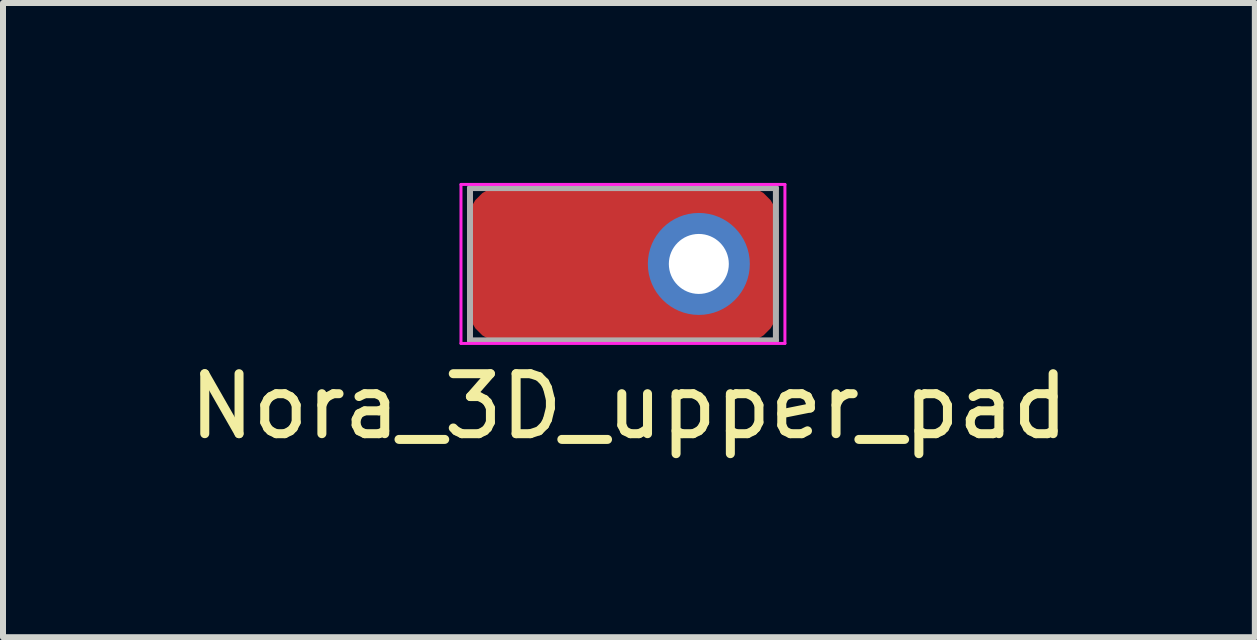
<source format=kicad_pcb>
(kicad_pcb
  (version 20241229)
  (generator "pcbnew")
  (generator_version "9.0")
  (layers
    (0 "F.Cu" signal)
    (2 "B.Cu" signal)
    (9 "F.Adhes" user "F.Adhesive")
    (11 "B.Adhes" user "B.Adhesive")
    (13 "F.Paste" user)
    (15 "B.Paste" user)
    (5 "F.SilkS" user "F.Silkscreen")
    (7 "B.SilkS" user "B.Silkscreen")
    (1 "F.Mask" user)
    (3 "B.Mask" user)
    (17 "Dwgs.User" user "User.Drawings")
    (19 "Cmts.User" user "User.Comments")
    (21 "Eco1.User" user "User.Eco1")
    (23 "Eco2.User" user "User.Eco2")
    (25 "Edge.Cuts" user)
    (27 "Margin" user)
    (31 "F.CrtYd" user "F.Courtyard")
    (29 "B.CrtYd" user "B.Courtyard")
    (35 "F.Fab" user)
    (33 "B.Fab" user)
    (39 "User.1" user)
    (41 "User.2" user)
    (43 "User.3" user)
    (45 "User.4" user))
  (footprint "Nora_3D_upper_pad"
    (layer "F.Cu")
    (at 7.435 4.225)
    (property "Reference" "Nora_3D_upper_pad" (at 0 -0.5 0) (unlocked yes) (layer "F.SilkS") (effects (font (size 1 1) (thickness 0.15))))
    (attr smd)
    (fp_line (start -2.8 -4.2) (end -2.8 -1.55) (stroke (width 0.05) (type solid)) (layer "F.CrtYd"))
    (fp_line (start -2.8 -1.55) (end 2.6 -1.55) (stroke (width 0.05) (type solid)) (layer "F.CrtYd"))
    (fp_line (start 2.6 -4.2) (end -2.8 -4.2) (stroke (width 0.05) (type solid)) (layer "F.CrtYd"))
    (fp_line (start 2.6 -1.55) (end 2.6 -4.2) (stroke (width 0.05) (type solid)) (layer "F.CrtYd"))
    (fp_line (start -2.65 -4.14) (end 2.45 -4.14) (stroke (width 0.1) (type solid)) (layer "F.Fab"))
    (fp_line (start -2.65 -1.6) (end -2.65 -4.14) (stroke (width 0.1) (type solid)) (layer "F.Fab"))
    (fp_line (start 2.45 -4.14) (end 2.45 -1.6) (stroke (width 0.1) (type solid)) (layer "F.Fab"))
    (fp_line (start 2.45 -1.6) (end -2.65 -1.6) (stroke (width 0.1) (type solid)) (layer "F.Fab"))
    (pad "1" smd roundrect (at -0.1 -2.87 90) (size 2.65 5.2) (layers "F.Cu" "F.Mask" "F.Paste") (roundrect_rratio 0.25))
    (pad "1" thru_hole oval (at 1.165 -2.875 90) (size 1.7 1.7) (drill 1) (layers "*.Cu" "*.Mask")))
  (gr_rect
    (start -3 -3)
    (end 17.869 7.573)
    (stroke (width 0.1) (type default))
    (fill no)
    (layer "Edge.Cuts")))
</source>
